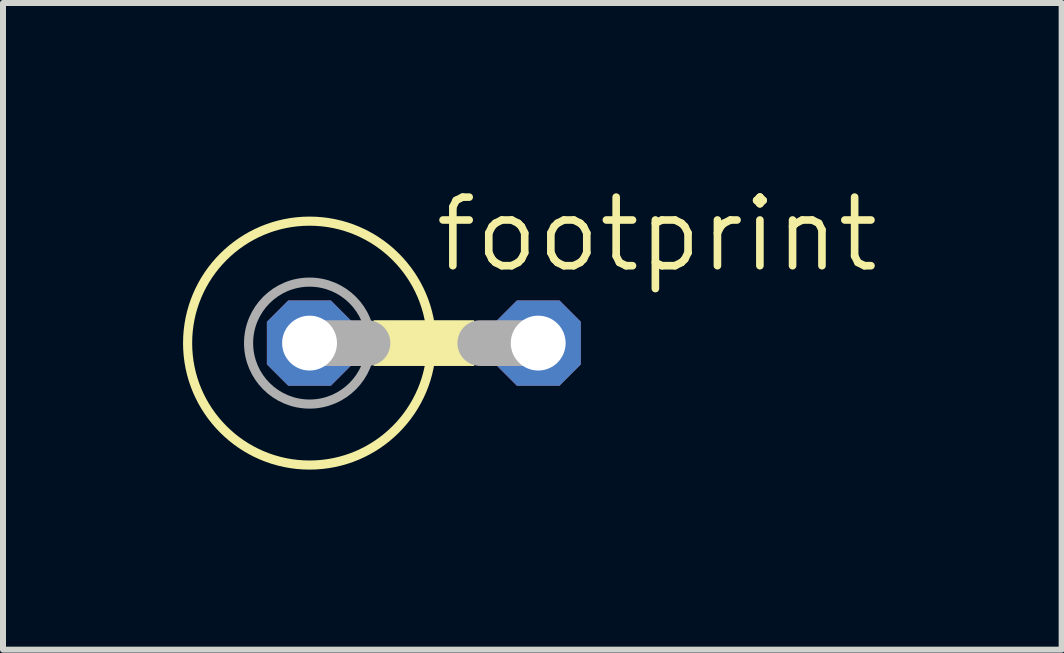
<source format=kicad_pcb>
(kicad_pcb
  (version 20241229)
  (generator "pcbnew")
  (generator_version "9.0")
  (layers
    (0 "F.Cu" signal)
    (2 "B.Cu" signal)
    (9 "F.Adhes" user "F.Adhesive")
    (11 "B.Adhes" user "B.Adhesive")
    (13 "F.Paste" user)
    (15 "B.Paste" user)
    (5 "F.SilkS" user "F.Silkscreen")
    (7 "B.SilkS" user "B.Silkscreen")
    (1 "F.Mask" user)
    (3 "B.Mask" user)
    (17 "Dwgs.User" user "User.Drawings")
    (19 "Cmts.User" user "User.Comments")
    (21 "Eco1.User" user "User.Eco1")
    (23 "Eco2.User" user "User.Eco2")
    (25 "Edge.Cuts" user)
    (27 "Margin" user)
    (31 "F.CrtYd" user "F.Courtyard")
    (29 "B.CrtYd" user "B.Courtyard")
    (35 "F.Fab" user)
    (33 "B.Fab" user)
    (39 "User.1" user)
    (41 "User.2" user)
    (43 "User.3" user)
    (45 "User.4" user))
  (footprint "footprint"
    (layer "F.Cu")
    (at 4.648 2.667)
    (property "Reference" "footprint" (at -0.508 -1.143 0) (layer "F.SilkS") (effects (font (size 1.143 1.143) (thickness 0.127)) (justify left bottom)))
    (fp_circle (center -2.54 0) (end -0.508 0) (stroke (width 0.152) (type solid)) (fill no) (layer "F.SilkS"))
    (fp_poly (pts (xy -1.473 0.381) (xy 0.203 0.381) (xy 0.203 -0.381) (xy -1.473 -0.381)) (stroke (width 0) (type solid)) (fill yes) (layer "F.SilkS"))
    (fp_line (start -1.575 0) (end -2.54 0) (stroke (width 0.762) (type solid)) (layer "F.Fab"))
    (fp_line (start 1.27 0) (end 0.305 0) (stroke (width 0.762) (type solid)) (layer "F.Fab"))
    (fp_circle (center -2.54 0) (end -1.524 0) (stroke (width 0.152) (type solid)) (fill no) (layer "F.Fab"))
    (pad "1" thru_hole roundrect (at -2.54 0) (size 1.422 1.422) (drill 0.914) (layers "*.Cu" "*.Mask") (roundrect_rratio 0.25) (chamfer_ratio 0.25) (chamfer top_left top_right bottom_left bottom_right))
    (pad "2" thru_hole roundrect (at 1.27 0) (size 1.422 1.422) (drill 0.914) (layers "*.Cu" "*.Mask") (roundrect_rratio 0.25) (chamfer_ratio 0.25) (chamfer top_left top_right bottom_left bottom_right)))
  (gr_rect
    (start -3 -3)
    (end 14.64 7.775)
    (stroke (width 0.1) (type default))
    (fill no)
    (layer "Edge.Cuts")))
</source>
